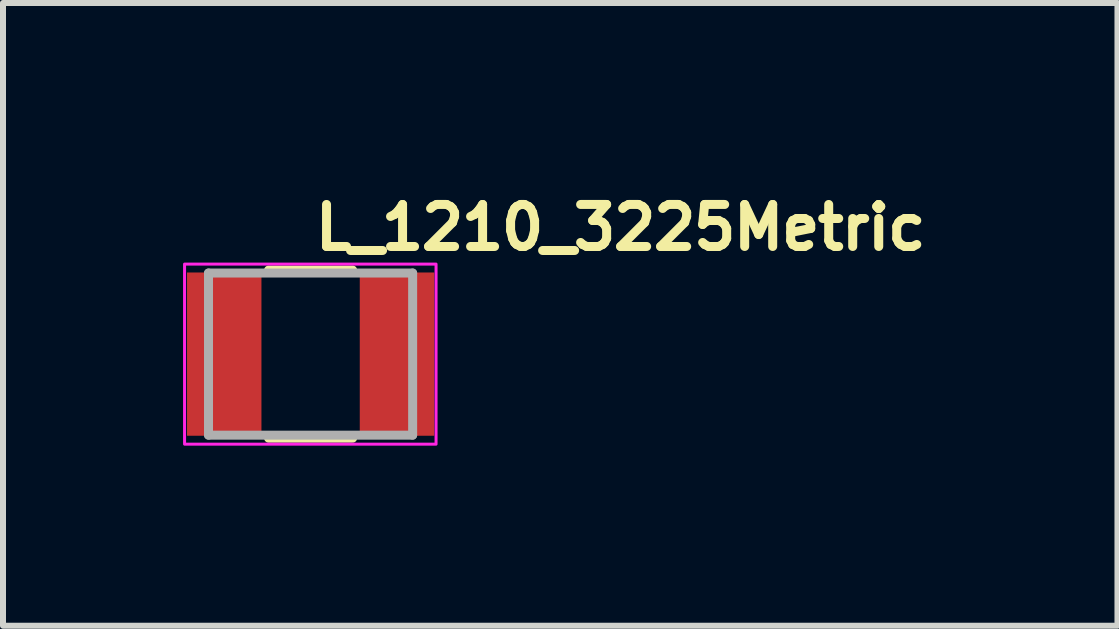
<source format=kicad_pcb>
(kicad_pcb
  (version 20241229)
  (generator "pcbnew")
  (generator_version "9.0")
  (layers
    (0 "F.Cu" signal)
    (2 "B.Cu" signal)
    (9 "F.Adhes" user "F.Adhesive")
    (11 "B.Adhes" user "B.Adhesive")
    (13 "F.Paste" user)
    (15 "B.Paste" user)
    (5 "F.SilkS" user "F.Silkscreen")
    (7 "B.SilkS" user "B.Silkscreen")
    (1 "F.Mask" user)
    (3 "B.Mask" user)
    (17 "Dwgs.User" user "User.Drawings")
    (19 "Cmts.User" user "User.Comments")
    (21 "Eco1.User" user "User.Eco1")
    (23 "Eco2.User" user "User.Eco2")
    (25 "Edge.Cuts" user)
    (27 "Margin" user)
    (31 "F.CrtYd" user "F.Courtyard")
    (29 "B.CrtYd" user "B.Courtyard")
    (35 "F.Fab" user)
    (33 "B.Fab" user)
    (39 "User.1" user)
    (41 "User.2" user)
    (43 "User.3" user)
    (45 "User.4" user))
  (footprint "L_1210_3225Metric"
    (layer "F.Cu")
    (at 2.125 2.85)
    (property "Reference" "L_1210_3225Metric" (at 0 -1.7 0) (layer "F.SilkS") (effects (font (size 0.7 0.7) (thickness 0.15)) (justify left bottom)))
    (attr smd)
    (fp_line (start -0.7 -1.4) (end 0.7 -1.4) (stroke (width 0.15) (type solid)) (layer "F.SilkS"))
    (fp_line (start -0.7 1.4) (end 0.7 1.4) (stroke (width 0.15) (type solid)) (layer "F.SilkS"))
    (fp_rect (start -2.1 -1.5) (end 2.09 1.5) (stroke (width 0.05) (type solid)) (fill no) (layer "F.CrtYd"))
    (fp_line (start -1.701 1.35) (end -1.701 -1.351) (stroke (width 0.15) (type solid)) (layer "F.Fab"))
    (fp_line (start 1.7 -1.351) (end -1.701 -1.351) (stroke (width 0.15) (type solid)) (layer "F.Fab"))
    (fp_line (start 1.7 1.35) (end -1.701 1.35) (stroke (width 0.15) (type solid)) (layer "F.Fab"))
    (fp_line (start 1.7 1.35) (end 1.7 -1.351) (stroke (width 0.15) (type solid)) (layer "F.Fab"))
    (fp_rect (start -1.6 -1.25) (end 1.6 1.25) (stroke (width 0.1) (type solid)) (fill no) (layer "User.5"))
    (fp_line (start -1.601 -1.17) (end -1.599 -1.174) (stroke (width 0.02) (type solid)) (layer "User.9"))
    (fp_line (start -1.601 1.169) (end -1.601 -1.17) (stroke (width 0.02) (type solid)) (layer "User.9"))
    (fp_line (start -1.601 1.169) (end -1.599 1.173) (stroke (width 0.02) (type solid)) (layer "User.9"))
    (fp_line (start -1.599 -1.182) (end -1.598 -1.186) (stroke (width 0.02) (type solid)) (layer "User.9"))
    (fp_line (start -1.599 -1.178) (end -1.599 -1.182) (stroke (width 0.02) (type solid)) (layer "User.9"))
    (fp_line (start -1.599 -1.174) (end -1.599 -1.178) (stroke (width 0.02) (type solid)) (layer "User.9"))
    (fp_line (start -1.599 1.173) (end -1.599 1.177) (stroke (width 0.02) (type solid)) (layer "User.9"))
    (fp_line (start -1.599 1.177) (end -1.599 1.181) (stroke (width 0.02) (type solid)) (layer "User.9"))
    (fp_line (start -1.599 1.181) (end -1.598 1.185) (stroke (width 0.02) (type solid)) (layer "User.9"))
    (fp_line (start -1.598 -1.186) (end -1.597 -1.19) (stroke (width 0.02) (type solid)) (layer "User.9"))
    (fp_line (start -1.598 1.185) (end -1.597 1.189) (stroke (width 0.02) (type solid)) (layer "User.9"))
    (fp_line (start -1.597 -1.19) (end -1.596 -1.194) (stroke (width 0.02) (type solid)) (layer "User.9"))
    (fp_line (start -1.597 1.189) (end -1.596 1.193) (stroke (width 0.02) (type solid)) (layer "User.9"))
    (fp_line (start -1.596 -1.194) (end -1.595 -1.198) (stroke (width 0.02) (type solid)) (layer "User.9"))
    (fp_line (start -1.596 1.193) (end -1.595 1.195) (stroke (width 0.02) (type solid)) (layer "User.9"))
    (fp_line (start -1.595 -1.198) (end -1.593 -1.202) (stroke (width 0.02) (type solid)) (layer "User.9"))
    (fp_line (start -1.595 1.195) (end -1.593 1.199) (stroke (width 0.02) (type solid)) (layer "User.9"))
    (fp_line (start -1.593 -1.202) (end -1.592 -1.206) (stroke (width 0.02) (type solid)) (layer "User.9"))
    (fp_line (start -1.593 1.199) (end -1.592 1.203) (stroke (width 0.02) (type solid)) (layer "User.9"))
    (fp_line (start -1.592 -1.206) (end -1.59 -1.208) (stroke (width 0.02) (type solid)) (layer "User.9"))
    (fp_line (start -1.592 1.203) (end -1.59 1.207) (stroke (width 0.02) (type solid)) (layer "User.9"))
    (fp_line (start -1.59 -1.208) (end -1.588 -1.212) (stroke (width 0.02) (type solid)) (layer "User.9"))
    (fp_line (start -1.59 1.207) (end -1.588 1.211) (stroke (width 0.02) (type solid)) (layer "User.9"))
    (fp_line (start -1.588 -1.212) (end -1.586 -1.216) (stroke (width 0.02) (type solid)) (layer "User.9"))
    (fp_line (start -1.588 1.211) (end -1.586 1.213) (stroke (width 0.02) (type solid)) (layer "User.9"))
    (fp_line (start -1.586 -1.216) (end -1.584 -1.218) (stroke (width 0.02) (type solid)) (layer "User.9"))
    (fp_line (start -1.586 1.213) (end -1.584 1.217) (stroke (width 0.02) (type solid)) (layer "User.9"))
    (fp_line (start -1.584 -1.218) (end -1.582 -1.222) (stroke (width 0.02) (type solid)) (layer "User.9"))
    (fp_line (start -1.584 1.217) (end -1.582 1.219) (stroke (width 0.02) (type solid)) (layer "User.9"))
    (fp_line (start -1.582 -1.222) (end -1.58 -1.224) (stroke (width 0.02) (type solid)) (layer "User.9"))
    (fp_line (start -1.582 1.219) (end -1.58 1.223) (stroke (width 0.02) (type solid)) (layer "User.9"))
    (fp_line (start -1.58 -1.224) (end -1.577 -1.228) (stroke (width 0.02) (type solid)) (layer "User.9"))
    (fp_line (start -1.58 1.223) (end -1.577 1.225) (stroke (width 0.02) (type solid)) (layer "User.9"))
    (fp_line (start -1.577 -1.228) (end -1.577 -1.228) (stroke (width 0.02) (type solid)) (layer "User.9"))
    (fp_line (start -1.577 -1.228) (end -1.574 -1.23) (stroke (width 0.02) (type solid)) (layer "User.9"))
    (fp_line (start -1.577 1.225) (end -1.577 1.225) (stroke (width 0.02) (type solid)) (layer "User.9"))
    (fp_line (start -1.577 1.225) (end -1.574 1.229) (stroke (width 0.02) (type solid)) (layer "User.9"))
    (fp_line (start -1.574 -1.23) (end -1.571 -1.232) (stroke (width 0.02) (type solid)) (layer "User.9"))
    (fp_line (start -1.574 1.229) (end -1.571 1.231) (stroke (width 0.02) (type solid)) (layer "User.9"))
    (fp_line (start -1.571 -1.232) (end -1.567 -1.236) (stroke (width 0.02) (type solid)) (layer "User.9"))
    (fp_line (start -1.571 1.231) (end -1.567 1.233) (stroke (width 0.02) (type solid)) (layer "User.9"))
    (fp_line (start -1.567 -1.236) (end -1.564 -1.238) (stroke (width 0.02) (type solid)) (layer "User.9"))
    (fp_line (start -1.567 1.233) (end -1.564 1.235) (stroke (width 0.02) (type solid)) (layer "User.9"))
    (fp_line (start -1.564 -1.238) (end -1.561 -1.24) (stroke (width 0.02) (type solid)) (layer "User.9"))
    (fp_line (start -1.564 1.235) (end -1.561 1.237) (stroke (width 0.02) (type solid)) (layer "User.9"))
    (fp_line (start -1.561 -1.24) (end -1.558 -1.242) (stroke (width 0.02) (type solid)) (layer "User.9"))
    (fp_line (start -1.561 1.237) (end -1.558 1.239) (stroke (width 0.02) (type solid)) (layer "User.9"))
    (fp_line (start -1.558 -1.242) (end -1.555 -1.244) (stroke (width 0.02) (type solid)) (layer "User.9"))
    (fp_line (start -1.558 1.239) (end -1.555 1.241) (stroke (width 0.02) (type solid)) (layer "User.9"))
    (fp_line (start -1.555 -1.244) (end -1.55 -1.244) (stroke (width 0.02) (type solid)) (layer "User.9"))
    (fp_line (start -1.555 1.241) (end -1.55 1.243) (stroke (width 0.02) (type solid)) (layer "User.9"))
    (fp_line (start -1.55 -1.244) (end -1.546 -1.246) (stroke (width 0.02) (type solid)) (layer "User.9"))
    (fp_line (start -1.55 1.243) (end -1.546 1.245) (stroke (width 0.02) (type solid)) (layer "User.9"))
    (fp_line (start -1.546 -1.246) (end -1.544 -1.248) (stroke (width 0.02) (type solid)) (layer "User.9"))
    (fp_line (start -1.546 1.245) (end -1.544 1.245) (stroke (width 0.02) (type solid)) (layer "User.9"))
    (fp_line (start -1.544 -1.248) (end -1.54 -1.248) (stroke (width 0.02) (type solid)) (layer "User.9"))
    (fp_line (start -1.544 1.245) (end -1.54 1.247) (stroke (width 0.02) (type solid)) (layer "User.9"))
    (fp_line (start -1.54 -1.248) (end -1.535 -1.25) (stroke (width 0.02) (type solid)) (layer "User.9"))
    (fp_line (start -1.54 1.247) (end -1.535 1.247) (stroke (width 0.02) (type solid)) (layer "User.9"))
    (fp_line (start -1.535 -1.25) (end -1.531 -1.25) (stroke (width 0.02) (type solid)) (layer "User.9"))
    (fp_line (start -1.535 1.247) (end -1.531 1.249) (stroke (width 0.02) (type solid)) (layer "User.9"))
    (fp_line (start -1.531 -1.25) (end -1.527 -1.25) (stroke (width 0.02) (type solid)) (layer "User.9"))
    (fp_line (start -1.531 1.249) (end -1.527 1.249) (stroke (width 0.02) (type solid)) (layer "User.9"))
    (fp_line (start -1.527 -1.25) (end -1.524 -1.25) (stroke (width 0.02) (type solid)) (layer "User.9"))
    (fp_line (start -1.527 1.249) (end -1.524 1.249) (stroke (width 0.02) (type solid)) (layer "User.9"))
    (fp_line (start -1.524 -1.25) (end -1.521 -1.25) (stroke (width 0.02) (type solid)) (layer "User.9"))
    (fp_line (start -1.524 1.249) (end -1.521 1.249) (stroke (width 0.02) (type solid)) (layer "User.9"))
    (fp_line (start -1.521 -1.25) (end -1.001 -1.25) (stroke (width 0.02) (type solid)) (layer "User.9"))
    (fp_line (start -1.001 -1.25) (end -1.001 -1.17) (stroke (width 0.02) (type solid)) (layer "User.9"))
    (fp_line (start -1.001 1.169) (end -1.001 -1.17) (stroke (width 0.02) (type solid)) (layer "User.9"))
    (fp_line (start -1.001 1.169) (end -1.001 1.249) (stroke (width 0.02) (type solid)) (layer "User.9"))
    (fp_line (start -1.001 1.249) (end -1.521 1.249) (stroke (width 0.02) (type solid)) (layer "User.9"))
    (fp_line (start 1 -1.25) (end 1 -1.17) (stroke (width 0.02) (type solid)) (layer "User.9"))
    (fp_line (start 1 -1.224) (end -1.001 -1.224) (stroke (width 0.02) (type solid)) (layer "User.9"))
    (fp_line (start 1 1.169) (end 1 -1.17) (stroke (width 0.02) (type solid)) (layer "User.9"))
    (fp_line (start 1 1.169) (end 1 1.249) (stroke (width 0.02) (type solid)) (layer "User.9"))
    (fp_line (start 1 1.223) (end -1.001 1.223) (stroke (width 0.02) (type solid)) (layer "User.9"))
    (fp_line (start 1 1.249) (end 1.52 1.249) (stroke (width 0.02) (type solid)) (layer "User.9"))
    (fp_line (start 1.52 -1.25) (end 1 -1.25) (stroke (width 0.02) (type solid)) (layer "User.9"))
    (fp_line (start 1.524 -1.25) (end 1.52 -1.25) (stroke (width 0.02) (type solid)) (layer "User.9"))
    (fp_line (start 1.524 1.249) (end 1.52 1.249) (stroke (width 0.02) (type solid)) (layer "User.9"))
    (fp_line (start 1.528 -1.25) (end 1.524 -1.25) (stroke (width 0.02) (type solid)) (layer "User.9"))
    (fp_line (start 1.528 1.249) (end 1.524 1.249) (stroke (width 0.02) (type solid)) (layer "User.9"))
    (fp_line (start 1.532 -1.25) (end 1.528 -1.25) (stroke (width 0.02) (type solid)) (layer "User.9"))
    (fp_line (start 1.532 1.249) (end 1.528 1.249) (stroke (width 0.02) (type solid)) (layer "User.9"))
    (fp_line (start 1.536 -1.25) (end 1.532 -1.25) (stroke (width 0.02) (type solid)) (layer "User.9"))
    (fp_line (start 1.536 1.247) (end 1.532 1.249) (stroke (width 0.02) (type solid)) (layer "User.9"))
    (fp_line (start 1.54 -1.248) (end 1.536 -1.25) (stroke (width 0.02) (type solid)) (layer "User.9"))
    (fp_line (start 1.54 1.247) (end 1.536 1.247) (stroke (width 0.02) (type solid)) (layer "User.9"))
    (fp_line (start 1.544 -1.248) (end 1.54 -1.248) (stroke (width 0.02) (type solid)) (layer "User.9"))
    (fp_line (start 1.544 1.245) (end 1.54 1.247) (stroke (width 0.02) (type solid)) (layer "User.9"))
    (fp_line (start 1.547 -1.246) (end 1.544 -1.248) (stroke (width 0.02) (type solid)) (layer "User.9"))
    (fp_line (start 1.547 1.245) (end 1.544 1.245) (stroke (width 0.02) (type solid)) (layer "User.9"))
    (fp_line (start 1.551 -1.244) (end 1.547 -1.246) (stroke (width 0.02) (type solid)) (layer "User.9"))
    (fp_line (start 1.551 1.243) (end 1.547 1.245) (stroke (width 0.02) (type solid)) (layer "User.9"))
    (fp_line (start 1.555 -1.244) (end 1.551 -1.244) (stroke (width 0.02) (type solid)) (layer "User.9"))
    (fp_line (start 1.555 1.241) (end 1.551 1.243) (stroke (width 0.02) (type solid)) (layer "User.9"))
    (fp_line (start 1.557 -1.242) (end 1.555 -1.244) (stroke (width 0.02) (type solid)) (layer "User.9"))
    (fp_line (start 1.557 1.239) (end 1.555 1.241) (stroke (width 0.02) (type solid)) (layer "User.9"))
    (fp_line (start 1.561 -1.24) (end 1.557 -1.242) (stroke (width 0.02) (type solid)) (layer "User.9"))
    (fp_line (start 1.561 1.237) (end 1.557 1.239) (stroke (width 0.02) (type solid)) (layer "User.9"))
    (fp_line (start 1.564 -1.238) (end 1.561 -1.24) (stroke (width 0.02) (type solid)) (layer "User.9"))
    (fp_line (start 1.564 1.235) (end 1.561 1.237) (stroke (width 0.02) (type solid)) (layer "User.9"))
    (fp_line (start 1.568 -1.236) (end 1.564 -1.238) (stroke (width 0.02) (type solid)) (layer "User.9"))
    (fp_line (start 1.568 1.233) (end 1.564 1.235) (stroke (width 0.02) (type solid)) (layer "User.9"))
    (fp_line (start 1.571 -1.232) (end 1.568 -1.236) (stroke (width 0.02) (type solid)) (layer "User.9"))
    (fp_line (start 1.571 1.231) (end 1.568 1.233) (stroke (width 0.02) (type solid)) (layer "User.9"))
    (fp_line (start 1.573 -1.23) (end 1.571 -1.232) (stroke (width 0.02) (type solid)) (layer "User.9"))
    (fp_line (start 1.573 1.229) (end 1.571 1.231) (stroke (width 0.02) (type solid)) (layer "User.9"))
    (fp_line (start 1.576 -1.228) (end 1.573 -1.23) (stroke (width 0.02) (type solid)) (layer "User.9"))
    (fp_line (start 1.576 -1.228) (end 1.576 -1.228) (stroke (width 0.02) (type solid)) (layer "User.9"))
    (fp_line (start 1.576 1.225) (end 1.573 1.229) (stroke (width 0.02) (type solid)) (layer "User.9"))
    (fp_line (start 1.576 1.225) (end 1.576 1.225) (stroke (width 0.02) (type solid)) (layer "User.9"))
    (fp_line (start 1.58 -1.224) (end 1.576 -1.228) (stroke (width 0.02) (type solid)) (layer "User.9"))
    (fp_line (start 1.58 1.223) (end 1.576 1.225) (stroke (width 0.02) (type solid)) (layer "User.9"))
    (fp_line (start 1.581 -1.222) (end 1.58 -1.224) (stroke (width 0.02) (type solid)) (layer "User.9"))
    (fp_line (start 1.581 1.219) (end 1.58 1.223) (stroke (width 0.02) (type solid)) (layer "User.9"))
    (fp_line (start 1.584 -1.218) (end 1.581 -1.222) (stroke (width 0.02) (type solid)) (layer "User.9"))
    (fp_line (start 1.584 1.217) (end 1.581 1.219) (stroke (width 0.02) (type solid)) (layer "User.9"))
    (fp_line (start 1.587 -1.216) (end 1.584 -1.218) (stroke (width 0.02) (type solid)) (layer "User.9"))
    (fp_line (start 1.587 1.213) (end 1.584 1.217) (stroke (width 0.02) (type solid)) (layer "User.9"))
    (fp_line (start 1.588 -1.212) (end 1.587 -1.216) (stroke (width 0.02) (type solid)) (layer "User.9"))
    (fp_line (start 1.588 1.211) (end 1.587 1.213) (stroke (width 0.02) (type solid)) (layer "User.9"))
    (fp_line (start 1.591 -1.208) (end 1.588 -1.212) (stroke (width 0.02) (type solid)) (layer "User.9"))
    (fp_line (start 1.591 1.207) (end 1.588 1.211) (stroke (width 0.02) (type solid)) (layer "User.9"))
    (fp_line (start 1.592 -1.206) (end 1.591 -1.208) (stroke (width 0.02) (type solid)) (layer "User.9"))
    (fp_line (start 1.592 1.203) (end 1.591 1.207) (stroke (width 0.02) (type solid)) (layer "User.9"))
    (fp_line (start 1.593 -1.202) (end 1.592 -1.206) (stroke (width 0.02) (type solid)) (layer "User.9"))
    (fp_line (start 1.593 1.199) (end 1.592 1.203) (stroke (width 0.02) (type solid)) (layer "User.9"))
    (fp_line (start 1.596 -1.198) (end 1.593 -1.202) (stroke (width 0.02) (type solid)) (layer "User.9"))
    (fp_line (start 1.596 -1.194) (end 1.596 -1.198) (stroke (width 0.02) (type solid)) (layer "User.9"))
    (fp_line (start 1.596 1.193) (end 1.596 1.195) (stroke (width 0.02) (type solid)) (layer "User.9"))
    (fp_line (start 1.596 1.195) (end 1.593 1.199) (stroke (width 0.02) (type solid)) (layer "User.9"))
    (fp_line (start 1.597 -1.19) (end 1.596 -1.194) (stroke (width 0.02) (type solid)) (layer "User.9"))
    (fp_line (start 1.597 1.189) (end 1.596 1.193) (stroke (width 0.02) (type solid)) (layer "User.9"))
    (fp_line (start 1.599 -1.186) (end 1.597 -1.19) (stroke (width 0.02) (type solid)) (layer "User.9"))
    (fp_line (start 1.599 1.185) (end 1.597 1.189) (stroke (width 0.02) (type solid)) (layer "User.9"))
    (fp_line (start 1.6 -1.182) (end 1.599 -1.186) (stroke (width 0.02) (type solid)) (layer "User.9"))
    (fp_line (start 1.6 -1.178) (end 1.6 -1.182) (stroke (width 0.02) (type solid)) (layer "User.9"))
    (fp_line (start 1.6 -1.174) (end 1.6 -1.178) (stroke (width 0.02) (type solid)) (layer "User.9"))
    (fp_line (start 1.6 -1.17) (end 1.6 -1.174) (stroke (width 0.02) (type solid)) (layer "User.9"))
    (fp_line (start 1.6 1.169) (end 1.6 -1.17) (stroke (width 0.02) (type solid)) (layer "User.9"))
    (fp_line (start 1.6 1.169) (end 1.6 1.173) (stroke (width 0.02) (type solid)) (layer "User.9"))
    (fp_line (start 1.6 1.173) (end 1.6 1.177) (stroke (width 0.02) (type solid)) (layer "User.9"))
    (fp_line (start 1.6 1.177) (end 1.6 1.181) (stroke (width 0.02) (type solid)) (layer "User.9"))
    (fp_line (start 1.6 1.181) (end 1.599 1.185) (stroke (width 0.02) (type solid)) (layer "User.9"))
    (pad "1" smd rect (at -1.439 0) (size 1.24 2.72) (layers "F.Cu" "F.Mask" "F.Paste"))
    (pad "2" smd rect (at 1.439 0) (size 1.24 2.72) (layers "F.Cu" "F.Mask" "F.Paste")))
  (gr_rect
    (start -3 -3)
    (end 15.568 7.375)
    (stroke (width 0.1) (type default))
    (fill no)
    (layer "Edge.Cuts")))
</source>
